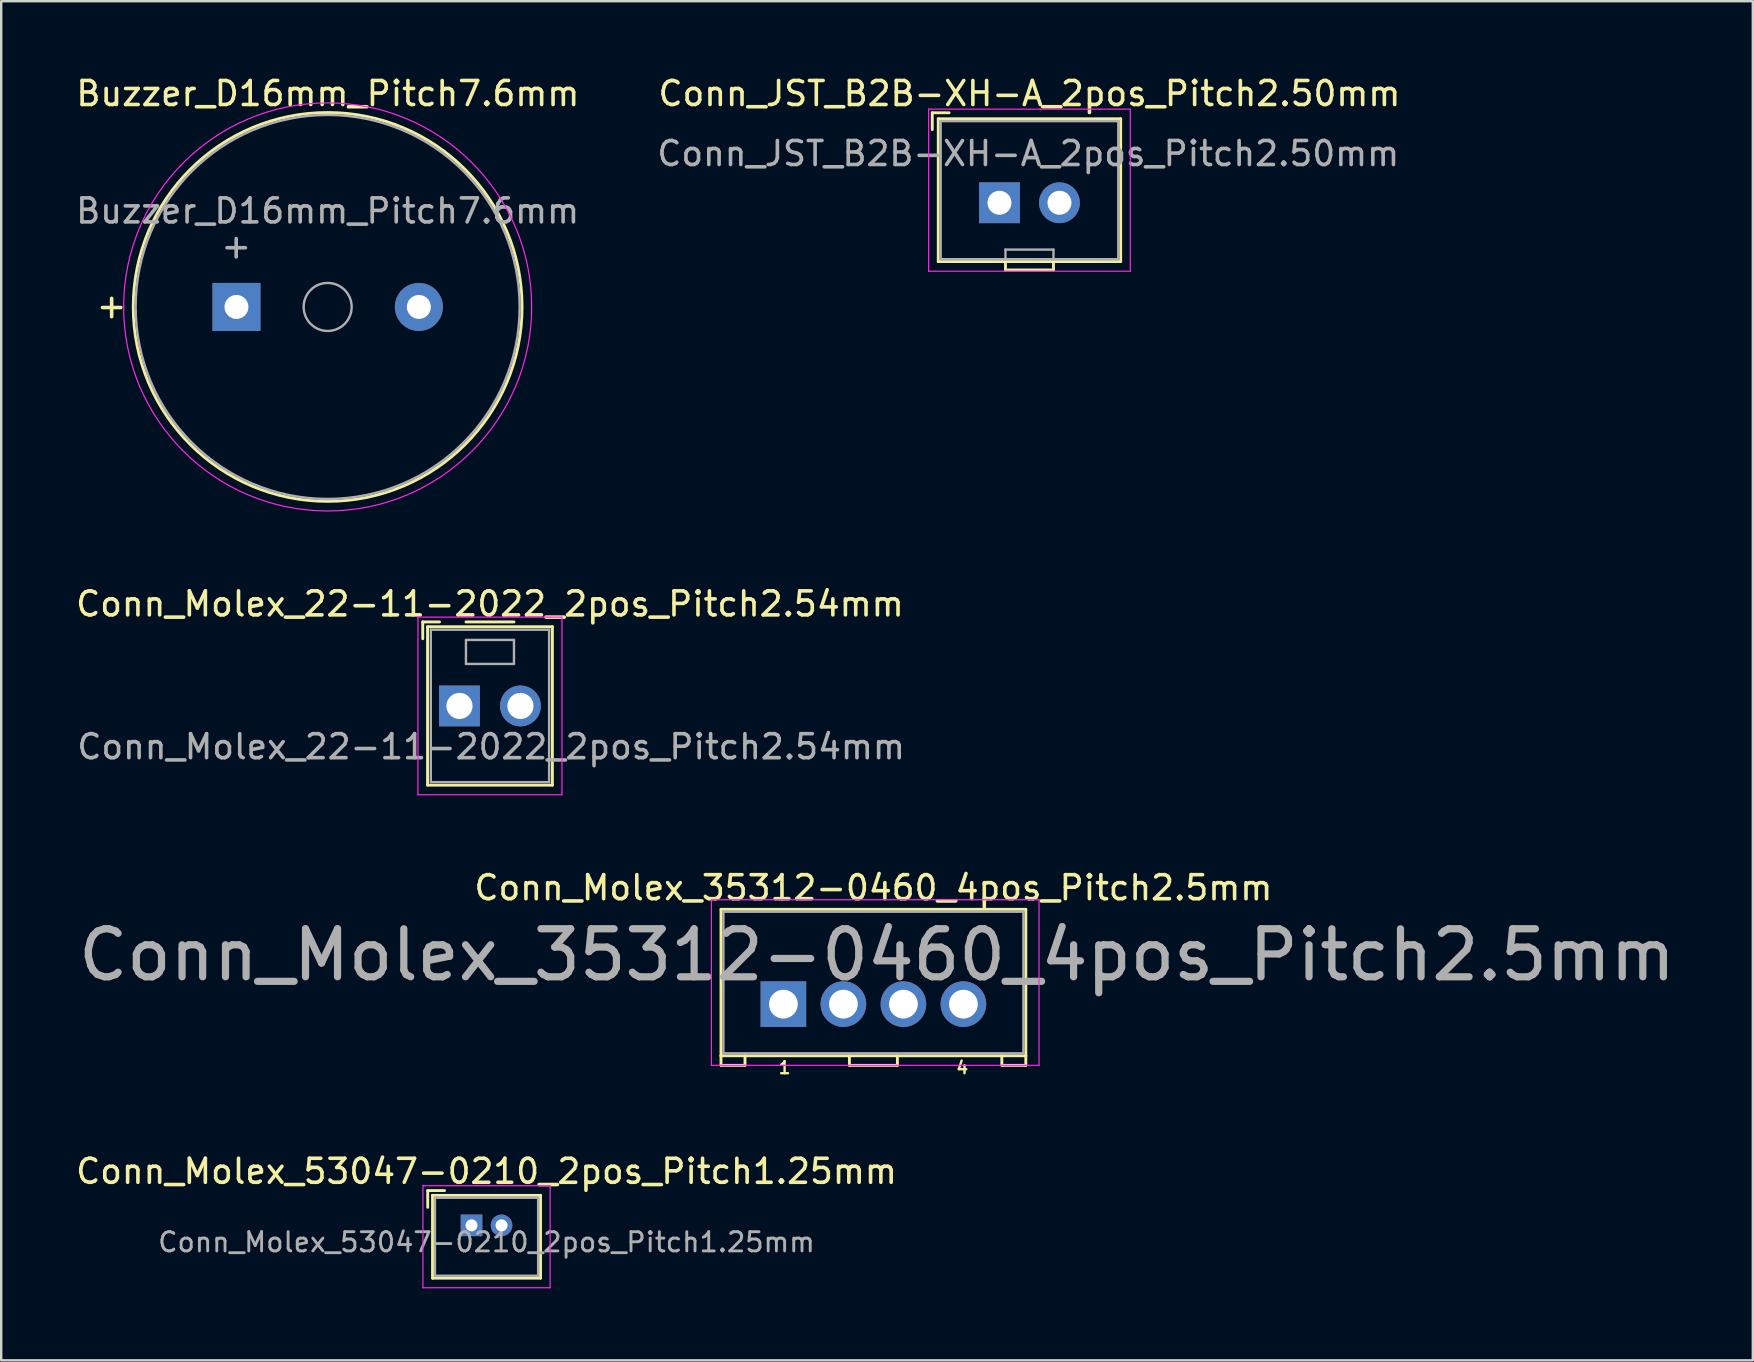
<source format=kicad_pcb>
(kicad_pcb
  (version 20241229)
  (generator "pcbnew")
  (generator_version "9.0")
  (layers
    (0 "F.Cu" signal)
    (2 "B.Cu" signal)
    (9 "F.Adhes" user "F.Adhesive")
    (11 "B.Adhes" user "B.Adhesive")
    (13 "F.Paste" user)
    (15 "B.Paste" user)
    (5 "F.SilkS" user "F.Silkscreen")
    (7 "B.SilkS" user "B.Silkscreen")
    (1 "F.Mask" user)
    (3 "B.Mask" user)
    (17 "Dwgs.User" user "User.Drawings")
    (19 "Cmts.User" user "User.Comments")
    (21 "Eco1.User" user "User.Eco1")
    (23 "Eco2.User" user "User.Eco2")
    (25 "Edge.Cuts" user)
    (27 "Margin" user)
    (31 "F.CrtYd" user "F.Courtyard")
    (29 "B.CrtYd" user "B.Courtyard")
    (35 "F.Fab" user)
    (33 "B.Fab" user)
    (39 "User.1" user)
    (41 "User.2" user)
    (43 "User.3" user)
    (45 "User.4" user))
  (footprint "Buzzer_D16mm_Pitch7.6mm"
    (layer "F.Cu")
    (at 10.601 9.738)
    (property "Reference" "Buzzer_D16mm_Pitch7.6mm" (at 0.01 -8.89 0) (layer "F.SilkS") (effects (font (size 1 1) (thickness 0.15))))
    (attr through_hole)
    (fp_circle (center 0 0) (end 8.1 0) (stroke (width 0.12) (type solid)) (fill no) (layer "F.SilkS"))
    (fp_circle (center 0 0) (end 8.5 0) (stroke (width 0.05) (type solid)) (fill no) (layer "F.CrtYd"))
    (fp_circle (center 0 0) (end 1 0) (stroke (width 0.1) (type solid)) (fill no) (layer "F.Fab"))
    (fp_circle (center 0 0) (end 8 0) (stroke (width 0.1) (type solid)) (fill no) (layer "F.Fab"))
    (fp_text user "+" (at -9 -0.05 0) (layer "F.SilkS") (effects (font (size 1 1) (thickness 0.15))))
    (fp_text user "${REFERENCE}" (at 0 -4 0) (layer "F.Fab") (effects (font (size 1 1) (thickness 0.15))))
    (fp_text user "+" (at -3.81 -2.54 0) (layer "F.Fab") (effects (font (size 1 1) (thickness 0.15))))
    (pad "1" thru_hole rect (at -3.8 0) (size 2 2) (drill 1) (layers "*.Cu" "*.Mask"))
    (pad "2" thru_hole circle (at 3.8 0) (size 2 2) (drill 1) (layers "*.Cu" "*.Mask")))
  (footprint "Conn_Molex_35312-0460_4pos_Pitch2.5mm"
    (layer "F.Cu")
    (at 33.338 38.785)
    (property "Reference" "Conn_Molex_35312-0460_4pos_Pitch2.5mm" (at 0 -4.85 0) (layer "F.SilkS") (effects (font (size 1 1) (thickness 0.15))))
    (attr through_hole)
    (fp_line (start -6.35 -3.95) (end 6.35 -3.95) (stroke (width 0.12) (type solid)) (layer "F.SilkS"))
    (fp_line (start -6.35 2.15) (end -6.35 -3.95) (stroke (width 0.12) (type solid)) (layer "F.SilkS"))
    (fp_line (start -6.35 2.15) (end 6.35 2.15) (stroke (width 0.12) (type solid)) (layer "F.SilkS"))
    (fp_line (start -6.35 2.55) (end -6.35 2.15) (stroke (width 0.12) (type solid)) (layer "F.SilkS"))
    (fp_line (start -5.35 2.55) (end -6.35 2.55) (stroke (width 0.12) (type solid)) (layer "F.SilkS"))
    (fp_line (start -5.35 2.55) (end -5.35 2.15) (stroke (width 0.12) (type solid)) (layer "F.SilkS"))
    (fp_line (start -1 2.55) (end -1 2.15) (stroke (width 0.12) (type solid)) (layer "F.SilkS"))
    (fp_line (start -1 2.55) (end 1 2.55) (stroke (width 0.12) (type solid)) (layer "F.SilkS"))
    (fp_line (start 1 2.55) (end 1 2.15) (stroke (width 0.12) (type solid)) (layer "F.SilkS"))
    (fp_line (start 5.35 2.55) (end 5.35 2.15) (stroke (width 0.12) (type solid)) (layer "F.SilkS"))
    (fp_line (start 6.35 2.15) (end 6.35 -3.95) (stroke (width 0.12) (type solid)) (layer "F.SilkS"))
    (fp_line (start 6.35 2.55) (end 5.35 2.55) (stroke (width 0.12) (type solid)) (layer "F.SilkS"))
    (fp_line (start 6.35 2.55) (end 6.35 2.15) (stroke (width 0.12) (type solid)) (layer "F.SilkS"))
    (fp_line (start -6.75 -4.35) (end 6.9 -4.35) (stroke (width 0.05) (type solid)) (layer "F.CrtYd"))
    (fp_line (start -6.75 2.55) (end -6.75 -4.35) (stroke (width 0.05) (type solid)) (layer "F.CrtYd"))
    (fp_line (start -6.75 2.55) (end 6.9 2.55) (stroke (width 0.05) (type solid)) (layer "F.CrtYd"))
    (fp_line (start 6.9 2.55) (end 6.9 -4.35) (stroke (width 0.05) (type solid)) (layer "F.CrtYd"))
    (fp_line (start -6.25 -3.85) (end 6.25 -3.85) (stroke (width 0.1) (type solid)) (layer "F.Fab"))
    (fp_line (start -6.25 2.05) (end -6.25 -3.85) (stroke (width 0.1) (type solid)) (layer "F.Fab"))
    (fp_line (start -6.25 2.05) (end 6.25 2.05) (stroke (width 0.1) (type solid)) (layer "F.Fab"))
    (fp_line (start 6.25 2.05) (end 6.25 -3.85) (stroke (width 0.1) (type solid)) (layer "F.Fab"))
    (fp_text user "4" (at 3.7 2.65 0) (layer "F.SilkS") (effects (font (size 0.5 0.5) (thickness 0.1))))
    (fp_text user "1" (at -3.7 2.65 0) (layer "F.SilkS") (effects (font (size 0.5 0.5) (thickness 0.1))))
    (fp_text user "${REFERENCE}" (at 0.15 -2.05 0) (layer "F.Fab") (effects (font (size 2 2) (thickness 0.3))))
    (pad "1" thru_hole rect (at -3.75 0) (size 1.9 1.9) (drill 1.2) (layers "*.Cu" "*.Mask"))
    (pad "2" thru_hole circle (at -1.25 0) (size 1.9 1.9) (drill 1.2) (layers "*.Cu" "*.Mask"))
    (pad "3" thru_hole circle (at 1.25 0) (size 1.9 1.9) (drill 1.2) (layers "*.Cu" "*.Mask"))
    (pad "4" thru_hole circle (at 3.75 0) (size 1.9 1.9) (drill 1.2) (layers "*.Cu" "*.Mask")))
  (footprint "Conn_JST_B2B-XH-A_2pos_Pitch2.50mm"
    (layer "F.Cu")
    (at 39.84 5.398)
    (property "Reference" "Conn_JST_B2B-XH-A_2pos_Pitch2.50mm" (at 0 -4.55 0) (layer "F.SilkS") (effects (font (size 1 1) (thickness 0.15))))
    (attr through_hole)
    (fp_line (start -4.05 -3.75) (end -3.35 -3.75) (stroke (width 0.12) (type solid)) (layer "F.SilkS"))
    (fp_line (start -4.05 -3.05) (end -4.05 -3.75) (stroke (width 0.12) (type solid)) (layer "F.SilkS"))
    (fp_line (start -3.8 -3.5) (end 3.8 -3.5) (stroke (width 0.12) (type solid)) (layer "F.SilkS"))
    (fp_line (start -3.8 2.45) (end -3.8 -3.5) (stroke (width 0.12) (type solid)) (layer "F.SilkS"))
    (fp_line (start -3.8 2.45) (end 3.8 2.45) (stroke (width 0.12) (type solid)) (layer "F.SilkS"))
    (fp_line (start -1 2.45) (end -1 2.8) (stroke (width 0.12) (type solid)) (layer "F.SilkS"))
    (fp_line (start 1 2.45) (end 1 2.8) (stroke (width 0.12) (type solid)) (layer "F.SilkS"))
    (fp_line (start 1 2.8) (end -1 2.8) (stroke (width 0.12) (type solid)) (layer "F.SilkS"))
    (fp_line (start 3.8 2.45) (end 3.8 -3.5) (stroke (width 0.12) (type solid)) (layer "F.SilkS"))
    (fp_line (start -4.2 -3.9) (end 4.2 -3.9) (stroke (width 0.05) (type solid)) (layer "F.CrtYd"))
    (fp_line (start -4.2 2.85) (end -4.2 -3.9) (stroke (width 0.05) (type solid)) (layer "F.CrtYd"))
    (fp_line (start -4.2 2.85) (end 4.2 2.85) (stroke (width 0.05) (type solid)) (layer "F.CrtYd"))
    (fp_line (start 4.2 2.85) (end 4.2 -3.9) (stroke (width 0.05) (type solid)) (layer "F.CrtYd"))
    (fp_line (start -3.7 -3.4) (end 3.7 -3.4) (stroke (width 0.1) (type solid)) (layer "F.Fab"))
    (fp_line (start -3.7 2.35) (end -3.7 -3.4) (stroke (width 0.1) (type solid)) (layer "F.Fab"))
    (fp_line (start -3.7 2.35) (end 3.7 2.35) (stroke (width 0.1) (type solid)) (layer "F.Fab"))
    (fp_line (start -1 1.95) (end -1 2.35) (stroke (width 0.1) (type solid)) (layer "F.Fab"))
    (fp_line (start -1 1.95) (end 1 1.95) (stroke (width 0.1) (type solid)) (layer "F.Fab"))
    (fp_line (start 1 1.95) (end 1 2.35) (stroke (width 0.1) (type solid)) (layer "F.Fab"))
    (fp_line (start 3.7 2.35) (end 3.7 -3.4) (stroke (width 0.1) (type solid)) (layer "F.Fab"))
    (fp_text user "${REFERENCE}" (at -0.05 -2.05 0) (layer "F.Fab") (effects (font (size 1 1) (thickness 0.15))))
    (pad "1" thru_hole rect (at -1.25 0) (size 1.7 1.7) (drill 1) (layers "*.Cu" "*.Mask"))
    (pad "2" thru_hole circle (at 1.25 0) (size 1.7 1.7) (drill 1) (layers "*.Cu" "*.Mask")))
  (footprint "Conn_Molex_22-11-2022_2pos_Pitch2.54mm"
    (layer "F.Cu")
    (at 17.363 26.361)
    (property "Reference" "Conn_Molex_22-11-2022_2pos_Pitch2.54mm" (at 0 -4.25 0) (layer "F.SilkS") (effects (font (size 1 1) (thickness 0.15))))
    (attr through_hole)
    (fp_line (start -2.8 -3.5) (end -2.1 -3.5) (stroke (width 0.12) (type solid)) (layer "F.SilkS"))
    (fp_line (start -2.8 -2.8) (end -2.8 -3.5) (stroke (width 0.12) (type solid)) (layer "F.SilkS"))
    (fp_line (start -2.6 -3.3) (end 2.6 -3.3) (stroke (width 0.12) (type solid)) (layer "F.SilkS"))
    (fp_line (start -2.6 3.3) (end -2.6 -3.3) (stroke (width 0.12) (type solid)) (layer "F.SilkS"))
    (fp_line (start -2.6 3.3) (end 2.6 3.3) (stroke (width 0.12) (type solid)) (layer "F.SilkS"))
    (fp_line (start -1 -3.5) (end 1 -3.5) (stroke (width 0.12) (type solid)) (layer "F.SilkS"))
    (fp_line (start 2.6 3.3) (end 2.6 -3.3) (stroke (width 0.12) (type solid)) (layer "F.SilkS"))
    (fp_line (start -3 -3.7) (end 3 -3.7) (stroke (width 0.05) (type solid)) (layer "F.CrtYd"))
    (fp_line (start -3 3.7) (end -3 -3.7) (stroke (width 0.05) (type solid)) (layer "F.CrtYd"))
    (fp_line (start -3 3.7) (end 3 3.7) (stroke (width 0.05) (type solid)) (layer "F.CrtYd"))
    (fp_line (start 3 3.7) (end 3 -3.7) (stroke (width 0.05) (type solid)) (layer "F.CrtYd"))
    (fp_line (start -2.465 -3.175) (end 2.465 -3.175) (stroke (width 0.1) (type solid)) (layer "F.Fab"))
    (fp_line (start -2.465 3.175) (end -2.465 -3.175) (stroke (width 0.1) (type solid)) (layer "F.Fab"))
    (fp_line (start -2.465 3.175) (end 2.465 3.175) (stroke (width 0.1) (type solid)) (layer "F.Fab"))
    (fp_line (start -1 -2.75) (end 1 -2.75) (stroke (width 0.1) (type solid)) (layer "F.Fab"))
    (fp_line (start -1 -1.75) (end -1 -2.75) (stroke (width 0.1) (type solid)) (layer "F.Fab"))
    (fp_line (start -1 -1.75) (end 1 -1.75) (stroke (width 0.1) (type solid)) (layer "F.Fab"))
    (fp_line (start 1 -1.75) (end 1 -2.75) (stroke (width 0.1) (type solid)) (layer "F.Fab"))
    (fp_line (start 2.465 3.175) (end 2.465 -3.175) (stroke (width 0.1) (type solid)) (layer "F.Fab"))
    (fp_text user "${REFERENCE}" (at 0.05 1.7 0) (layer "F.Fab") (effects (font (size 1 1) (thickness 0.15))))
    (pad "1" thru_hole rect (at -1.27 0) (size 1.7 1.7) (drill 1.09) (layers "*.Cu" "*.Mask"))
    (pad "2" thru_hole circle (at 1.27 0) (size 1.7 1.7) (drill 1.09) (layers "*.Cu" "*.Mask")))
  (footprint "Conn_Molex_53047-0210_2pos_Pitch1.25mm"
    (layer "F.Cu")
    (at 17.22 48.001)
    (property "Reference" "Conn_Molex_53047-0210_2pos_Pitch1.25mm" (at 0 -2.25 0) (layer "F.SilkS") (effects (font (size 1 1) (thickness 0.15))))
    (attr through_hole)
    (fp_line (start -2.45 -0.75) (end -2.45 -1.45) (stroke (width 0.12) (type solid)) (layer "F.SilkS"))
    (fp_line (start -2.25 -1.25) (end 2.25 -1.25) (stroke (width 0.12) (type solid)) (layer "F.SilkS"))
    (fp_line (start -2.25 2.2) (end -2.25 -1.25) (stroke (width 0.12) (type solid)) (layer "F.SilkS"))
    (fp_line (start -2.25 2.2) (end 2.25 2.2) (stroke (width 0.12) (type solid)) (layer "F.SilkS"))
    (fp_line (start -1.75 -1.45) (end -2.45 -1.45) (stroke (width 0.12) (type solid)) (layer "F.SilkS"))
    (fp_line (start 2.25 2.2) (end 2.25 -1.25) (stroke (width 0.12) (type solid)) (layer "F.SilkS"))
    (fp_line (start -2.65 -1.65) (end -2.65 2.6) (stroke (width 0.05) (type solid)) (layer "F.CrtYd"))
    (fp_line (start 2.65 -1.65) (end -2.65 -1.65) (stroke (width 0.05) (type solid)) (layer "F.CrtYd"))
    (fp_line (start 2.65 -1.65) (end 2.65 2.6) (stroke (width 0.05) (type solid)) (layer "F.CrtYd"))
    (fp_line (start 2.65 2.6) (end -2.65 2.6) (stroke (width 0.05) (type solid)) (layer "F.CrtYd"))
    (fp_line (start -2.15 -1.15) (end -2.15 2.1) (stroke (width 0.1) (type solid)) (layer "F.Fab"))
    (fp_line (start -2.15 -1.15) (end 2.15 -1.15) (stroke (width 0.1) (type solid)) (layer "F.Fab"))
    (fp_line (start -2.15 2.1) (end 2.15 2.1) (stroke (width 0.1) (type solid)) (layer "F.Fab"))
    (fp_line (start 2.15 -1.15) (end 2.15 2.1) (stroke (width 0.1) (type solid)) (layer "F.Fab"))
    (fp_text user "${REFERENCE}" (at 0 0.7 0) (layer "F.Fab") (effects (font (size 0.8 0.8) (thickness 0.12))))
    (pad "1" thru_hole rect (at -0.625 0) (size 0.9 0.9) (drill 0.5) (layers "*.Cu" "*.Mask"))
    (pad "2" thru_hole circle (at 0.625 0) (size 0.9 0.9) (drill 0.5) (layers "*.Cu" "*.Mask")))
  (gr_rect
    (start -3 -3)
    (end 69.976 53.626)
    (stroke (width 0.1) (type default))
    (fill no)
    (layer "Edge.Cuts")))
</source>
